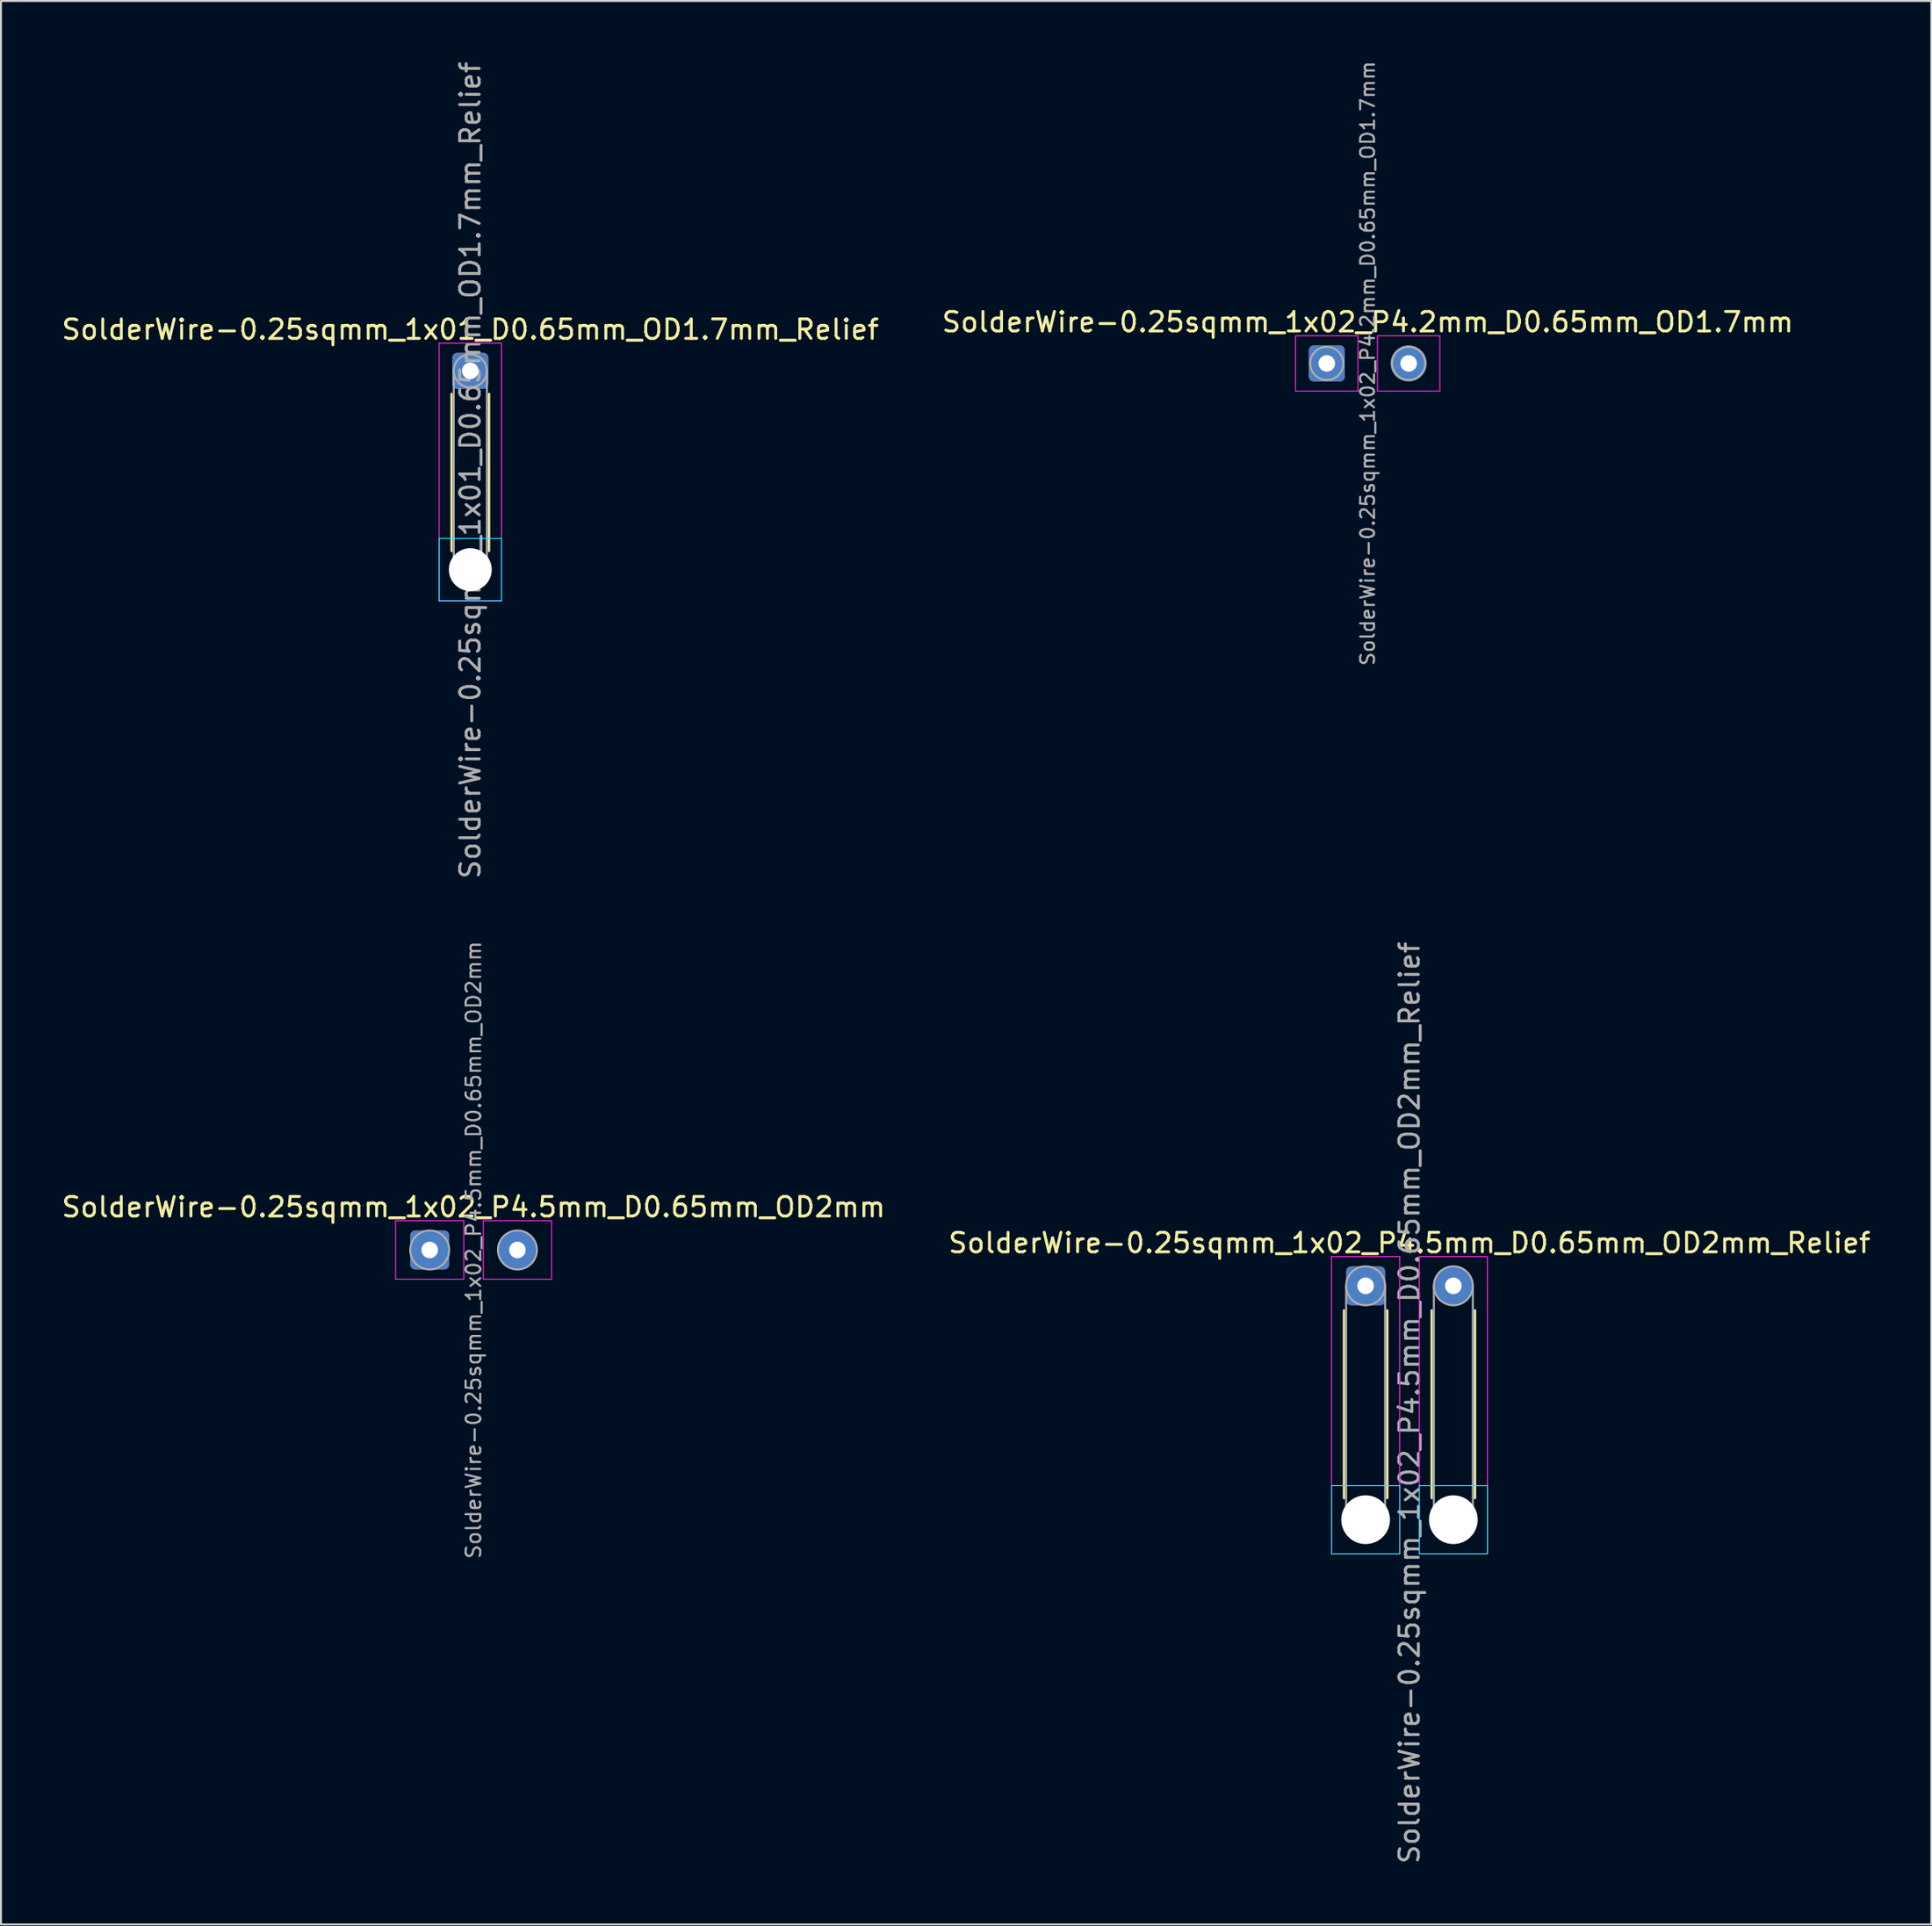
<source format=kicad_pcb>
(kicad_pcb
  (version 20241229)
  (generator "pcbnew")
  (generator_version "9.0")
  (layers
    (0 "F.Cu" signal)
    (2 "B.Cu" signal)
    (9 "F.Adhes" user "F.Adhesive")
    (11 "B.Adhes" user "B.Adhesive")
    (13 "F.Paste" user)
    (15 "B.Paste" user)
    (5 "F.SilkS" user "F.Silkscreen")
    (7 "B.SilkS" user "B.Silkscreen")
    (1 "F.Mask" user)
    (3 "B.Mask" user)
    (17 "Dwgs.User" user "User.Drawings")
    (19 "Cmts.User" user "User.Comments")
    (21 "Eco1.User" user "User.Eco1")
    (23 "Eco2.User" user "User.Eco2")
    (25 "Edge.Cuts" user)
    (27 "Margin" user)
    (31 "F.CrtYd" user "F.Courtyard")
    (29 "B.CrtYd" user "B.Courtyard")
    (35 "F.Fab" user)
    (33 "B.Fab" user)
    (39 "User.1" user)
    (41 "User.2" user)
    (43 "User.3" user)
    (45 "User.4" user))
  (footprint "SolderWire-0.25sqmm_1x02_P4.5mm_D0.65mm_OD2mm_Relief"
    (layer "F.Cu")
    (at 67.006 62.923)
    (property "Reference" "SolderWire-0.25sqmm_1x02_P4.5mm_D0.65mm_OD2mm_Relief" (at 2.25 -2.2 0) (layer "F.SilkS") (effects (font (size 1 1) (thickness 0.15))))
    (attr exclude_from_pos_files exclude_from_bom)
    (fp_line (start -1.11 1.26) (end -1.11 10.89) (stroke (width 0.12) (type solid)) (layer "F.SilkS"))
    (fp_line (start 1.11 1.26) (end 1.11 10.89) (stroke (width 0.12) (type solid)) (layer "F.SilkS"))
    (fp_line (start 3.39 1.26) (end 3.39 10.89) (stroke (width 0.12) (type solid)) (layer "F.SilkS"))
    (fp_line (start 5.61 1.26) (end 5.61 10.89) (stroke (width 0.12) (type solid)) (layer "F.SilkS"))
    (fp_line (start -1.75 10.25) (end -1.75 13.75) (stroke (width 0.05) (type solid)) (layer "B.CrtYd"))
    (fp_line (start -1.75 13.75) (end 1.75 13.75) (stroke (width 0.05) (type solid)) (layer "B.CrtYd"))
    (fp_line (start 1.75 10.25) (end -1.75 10.25) (stroke (width 0.05) (type solid)) (layer "B.CrtYd"))
    (fp_line (start 1.75 13.75) (end 1.75 10.25) (stroke (width 0.05) (type solid)) (layer "B.CrtYd"))
    (fp_line (start 2.75 10.25) (end 2.75 13.75) (stroke (width 0.05) (type solid)) (layer "B.CrtYd"))
    (fp_line (start 2.75 13.75) (end 6.25 13.75) (stroke (width 0.05) (type solid)) (layer "B.CrtYd"))
    (fp_line (start 6.25 10.25) (end 2.75 10.25) (stroke (width 0.05) (type solid)) (layer "B.CrtYd"))
    (fp_line (start 6.25 13.75) (end 6.25 10.25) (stroke (width 0.05) (type solid)) (layer "B.CrtYd"))
    (fp_line (start -1.75 -1.5) (end -1.75 13.75) (stroke (width 0.05) (type solid)) (layer "F.CrtYd"))
    (fp_line (start -1.75 13.75) (end 1.75 13.75) (stroke (width 0.05) (type solid)) (layer "F.CrtYd"))
    (fp_line (start 1.75 -1.5) (end -1.75 -1.5) (stroke (width 0.05) (type solid)) (layer "F.CrtYd"))
    (fp_line (start 1.75 13.75) (end 1.75 -1.5) (stroke (width 0.05) (type solid)) (layer "F.CrtYd"))
    (fp_line (start 2.75 -1.5) (end 2.75 13.75) (stroke (width 0.05) (type solid)) (layer "F.CrtYd"))
    (fp_line (start 2.75 13.75) (end 6.25 13.75) (stroke (width 0.05) (type solid)) (layer "F.CrtYd"))
    (fp_line (start 6.25 -1.5) (end 2.75 -1.5) (stroke (width 0.05) (type solid)) (layer "F.CrtYd"))
    (fp_line (start 6.25 13.75) (end 6.25 -1.5) (stroke (width 0.05) (type solid)) (layer "F.CrtYd"))
    (fp_line (start -1 0) (end -1 12) (stroke (width 0.1) (type solid)) (layer "F.Fab"))
    (fp_line (start 1 0) (end 1 12) (stroke (width 0.1) (type solid)) (layer "F.Fab"))
    (fp_line (start 3.5 0) (end 3.5 12) (stroke (width 0.1) (type solid)) (layer "F.Fab"))
    (fp_line (start 5.5 0) (end 5.5 12) (stroke (width 0.1) (type solid)) (layer "F.Fab"))
    (fp_circle (center 0 0) (end 1 0) (stroke (width 0.1) (type solid)) (fill no) (layer "F.Fab"))
    (fp_circle (center 0 12) (end 1 12) (stroke (width 0.1) (type solid)) (fill no) (layer "F.Fab"))
    (fp_circle (center 4.5 0) (end 5.5 0) (stroke (width 0.1) (type solid)) (fill no) (layer "F.Fab"))
    (fp_circle (center 4.5 12) (end 5.5 12) (stroke (width 0.1) (type solid)) (fill no) (layer "F.Fab"))
    (fp_text user "${REFERENCE}" (at 2.25 6 90) (layer "F.Fab") (effects (font (size 1 1) (thickness 0.15))))
    (pad "" np_thru_hole circle (at 0 12) (size 2.5 2.5) (drill 2.5) (layers "*.Cu" "*.Mask"))
    (pad "" np_thru_hole circle (at 4.5 12) (size 2.5 2.5) (drill 2.5) (layers "*.Cu" "*.Mask"))
    (pad "1" thru_hole roundrect (at 0 0) (size 2 2) (drill 0.85) (layers "*.Cu" "*.Mask") (roundrect_rratio 0.125))
    (pad "2" thru_hole circle (at 4.5 0) (size 2 2) (drill 0.85) (layers "*.Cu" "*.Mask")))
  (footprint "SolderWire-0.25sqmm_1x02_P4.2mm_D0.65mm_OD1.7mm"
    (layer "F.Cu")
    (at 65.013 15.596)
    (property "Reference" "SolderWire-0.25sqmm_1x02_P4.2mm_D0.65mm_OD1.7mm" (at 2.1 -2.12 0) (layer "F.SilkS") (effects (font (size 1 1) (thickness 0.15))))
    (attr exclude_from_pos_files exclude_from_bom)
    (fp_line (start -1.6 -1.42) (end -1.6 1.42) (stroke (width 0.05) (type solid)) (layer "F.CrtYd"))
    (fp_line (start -1.6 1.42) (end 1.6 1.42) (stroke (width 0.05) (type solid)) (layer "F.CrtYd"))
    (fp_line (start 1.6 -1.42) (end -1.6 -1.42) (stroke (width 0.05) (type solid)) (layer "F.CrtYd"))
    (fp_line (start 1.6 1.42) (end 1.6 -1.42) (stroke (width 0.05) (type solid)) (layer "F.CrtYd"))
    (fp_line (start 2.6 -1.42) (end 2.6 1.42) (stroke (width 0.05) (type solid)) (layer "F.CrtYd"))
    (fp_line (start 2.6 1.42) (end 5.8 1.42) (stroke (width 0.05) (type solid)) (layer "F.CrtYd"))
    (fp_line (start 5.8 -1.42) (end 2.6 -1.42) (stroke (width 0.05) (type solid)) (layer "F.CrtYd"))
    (fp_line (start 5.8 1.42) (end 5.8 -1.42) (stroke (width 0.05) (type solid)) (layer "F.CrtYd"))
    (fp_circle (center 0 0) (end 0.85 0) (stroke (width 0.1) (type solid)) (fill no) (layer "F.Fab"))
    (fp_circle (center 4.2 0) (end 5.05 0) (stroke (width 0.1) (type solid)) (fill no) (layer "F.Fab"))
    (fp_text user "${REFERENCE}" (at 2.1 0 90) (layer "F.Fab") (effects (font (size 0.71 0.71) (thickness 0.11))))
    (pad "1" thru_hole roundrect (at 0 0) (size 1.85 1.85) (drill 0.85) (layers "*.Cu" "*.Mask") (roundrect_rratio 0.135))
    (pad "2" thru_hole circle (at 4.2 0) (size 1.85 1.85) (drill 0.85) (layers "*.Cu" "*.Mask")))
  (footprint "SolderWire-0.25sqmm_1x01_D0.65mm_OD1.7mm_Relief"
    (layer "F.Cu")
    (at 21.077 15.977)
    (property "Reference" "SolderWire-0.25sqmm_1x01_D0.65mm_OD1.7mm_Relief" (at 0 -2.12 0) (layer "F.SilkS") (effects (font (size 1 1) (thickness 0.15))))
    (attr exclude_from_pos_files exclude_from_bom)
    (fp_line (start -0.96 1.185) (end -0.96 9.24) (stroke (width 0.12) (type solid)) (layer "F.SilkS"))
    (fp_line (start 0.96 1.185) (end 0.96 9.24) (stroke (width 0.12) (type solid)) (layer "F.SilkS"))
    (fp_line (start -1.6 8.6) (end -1.6 11.8) (stroke (width 0.05) (type solid)) (layer "B.CrtYd"))
    (fp_line (start -1.6 11.8) (end 1.6 11.8) (stroke (width 0.05) (type solid)) (layer "B.CrtYd"))
    (fp_line (start 1.6 8.6) (end -1.6 8.6) (stroke (width 0.05) (type solid)) (layer "B.CrtYd"))
    (fp_line (start 1.6 11.8) (end 1.6 8.6) (stroke (width 0.05) (type solid)) (layer "B.CrtYd"))
    (fp_line (start -1.6 -1.42) (end -1.6 11.8) (stroke (width 0.05) (type solid)) (layer "F.CrtYd"))
    (fp_line (start -1.6 11.8) (end 1.6 11.8) (stroke (width 0.05) (type solid)) (layer "F.CrtYd"))
    (fp_line (start 1.6 -1.42) (end -1.6 -1.42) (stroke (width 0.05) (type solid)) (layer "F.CrtYd"))
    (fp_line (start 1.6 11.8) (end 1.6 -1.42) (stroke (width 0.05) (type solid)) (layer "F.CrtYd"))
    (fp_line (start -0.85 0) (end -0.85 10.2) (stroke (width 0.1) (type solid)) (layer "F.Fab"))
    (fp_line (start 0.85 0) (end 0.85 10.2) (stroke (width 0.1) (type solid)) (layer "F.Fab"))
    (fp_circle (center 0 0) (end 0.85 0) (stroke (width 0.1) (type solid)) (fill no) (layer "F.Fab"))
    (fp_circle (center 0 10.2) (end 0.85 10.2) (stroke (width 0.1) (type solid)) (fill no) (layer "F.Fab"))
    (fp_text user "${REFERENCE}" (at 0 5.1 90) (layer "F.Fab") (effects (font (size 1 1) (thickness 0.15))))
    (pad "" np_thru_hole circle (at 0 10.2) (size 2.2 2.2) (drill 2.2) (layers "*.Cu" "*.Mask"))
    (pad "1" thru_hole roundrect (at 0 0) (size 1.85 1.85) (drill 0.85) (layers "*.Cu" "*.Mask") (roundrect_rratio 0.135)))
  (footprint "SolderWire-0.25sqmm_1x02_P4.5mm_D0.65mm_OD2mm"
    (layer "F.Cu")
    (at 18.994 61.084)
    (property "Reference" "SolderWire-0.25sqmm_1x02_P4.5mm_D0.65mm_OD2mm" (at 2.25 -2.2 0) (layer "F.SilkS") (effects (font (size 1 1) (thickness 0.15))))
    (attr exclude_from_pos_files exclude_from_bom)
    (fp_line (start -1.75 -1.5) (end -1.75 1.5) (stroke (width 0.05) (type solid)) (layer "F.CrtYd"))
    (fp_line (start -1.75 1.5) (end 1.75 1.5) (stroke (width 0.05) (type solid)) (layer "F.CrtYd"))
    (fp_line (start 1.75 -1.5) (end -1.75 -1.5) (stroke (width 0.05) (type solid)) (layer "F.CrtYd"))
    (fp_line (start 1.75 1.5) (end 1.75 -1.5) (stroke (width 0.05) (type solid)) (layer "F.CrtYd"))
    (fp_line (start 2.75 -1.5) (end 2.75 1.5) (stroke (width 0.05) (type solid)) (layer "F.CrtYd"))
    (fp_line (start 2.75 1.5) (end 6.25 1.5) (stroke (width 0.05) (type solid)) (layer "F.CrtYd"))
    (fp_line (start 6.25 -1.5) (end 2.75 -1.5) (stroke (width 0.05) (type solid)) (layer "F.CrtYd"))
    (fp_line (start 6.25 1.5) (end 6.25 -1.5) (stroke (width 0.05) (type solid)) (layer "F.CrtYd"))
    (fp_circle (center 0 0) (end 1 0) (stroke (width 0.1) (type solid)) (fill no) (layer "F.Fab"))
    (fp_circle (center 4.5 0) (end 5.5 0) (stroke (width 0.1) (type solid)) (fill no) (layer "F.Fab"))
    (fp_text user "${REFERENCE}" (at 2.25 0 90) (layer "F.Fab") (effects (font (size 0.75 0.75) (thickness 0.11))))
    (pad "1" thru_hole roundrect (at 0 0) (size 2 2) (drill 0.85) (layers "*.Cu" "*.Mask") (roundrect_rratio 0.125))
    (pad "2" thru_hole circle (at 4.5 0) (size 2 2) (drill 0.85) (layers "*.Cu" "*.Mask")))
  (gr_rect
    (start -3 -3)
    (end 96.024 95.69)
    (stroke (width 0.1) (type default))
    (fill no)
    (layer "Edge.Cuts")))
</source>
